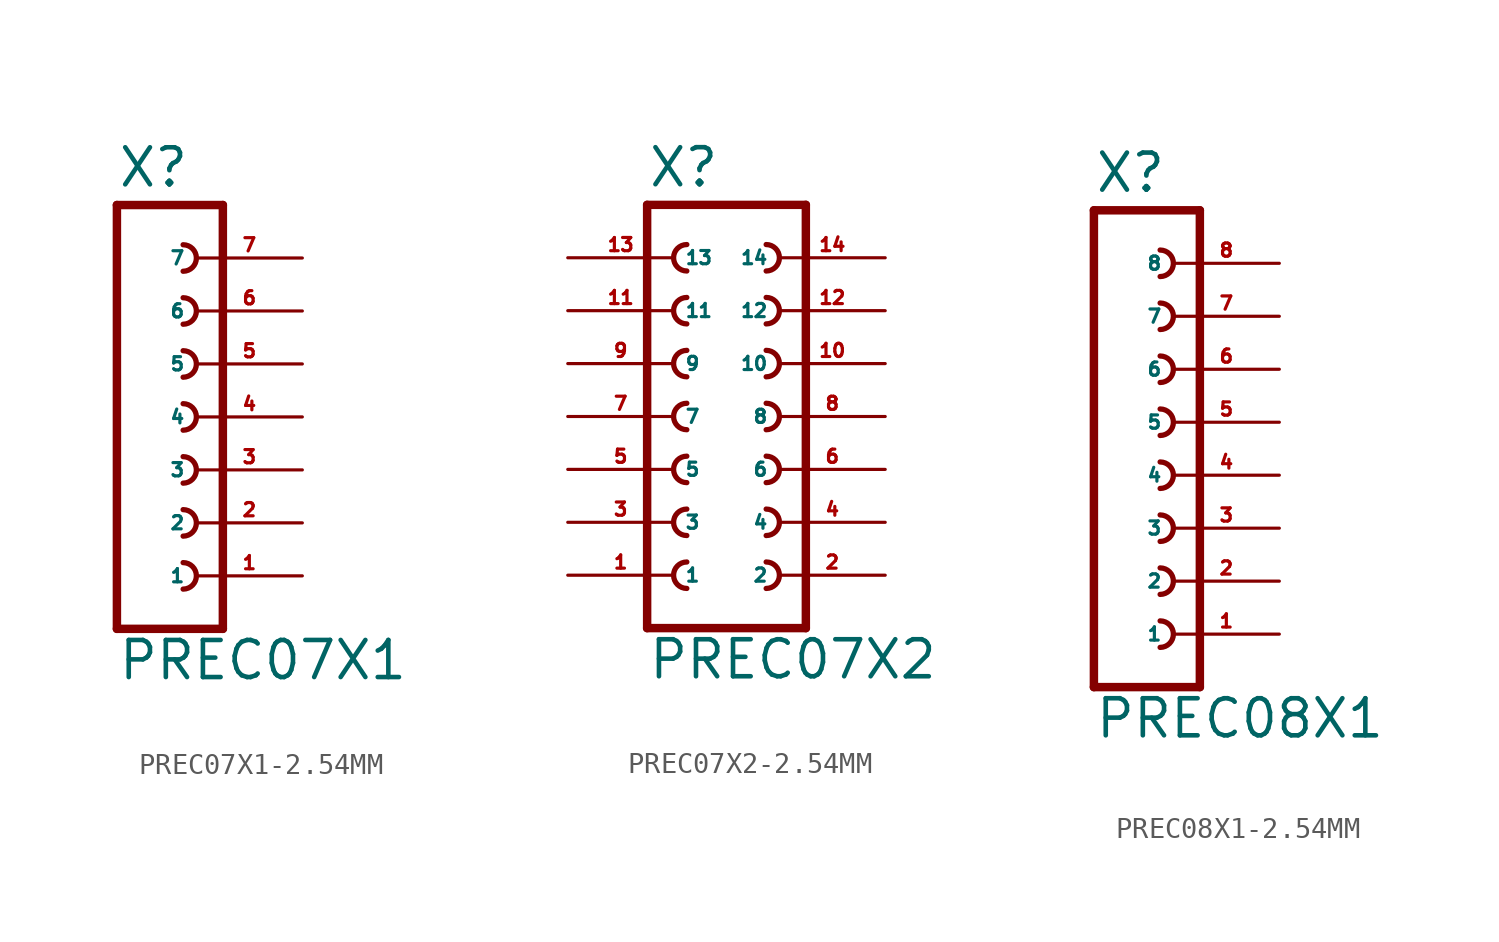
<source format=kicad_sym>
(kicad_symbol_lib
  (version 20220914)
  (generator Eagle2Kicad)
  (symbol "PREC07X1-2.54MM"
    (property "Reference" "X"
      (at -1.27 10.922 0)
      (effects (font (size 1.778 1.778) (thickness 0.22)) (justify left bottom)))
    (property "Value" "PREC07X1"
      (at -1.27 -12.7 0)
      (effects (font (size 1.778 1.778) (thickness 0.22)) (justify left bottom)))
    (polyline
      (pts (xy 3.81 -10.16) (xy -1.27 -10.16))
      (stroke (width 0.406) (type default))
      (fill (type none)))
    (arc
      (start 1.905 -3.175)
      (mid 2.540 -2.540)
      (end 1.905 -1.905)
      (stroke (width 0.254) (type default))
      (fill (type none)))
    (arc
      (start 1.905 -5.715)
      (mid 2.540 -5.080)
      (end 1.905 -4.445)
      (stroke (width 0.254) (type default))
      (fill (type none)))
    (arc
      (start 1.905 -8.255)
      (mid 2.540 -7.620)
      (end 1.905 -6.985)
      (stroke (width 0.254) (type default))
      (fill (type none)))
    (polyline
      (pts (xy -1.27 10.16) (xy -1.27 -10.16))
      (stroke (width 0.406) (type default))
      (fill (type none)))
    (polyline
      (pts (xy 3.81 -10.16) (xy 3.81 10.16))
      (stroke (width 0.406) (type default))
      (fill (type none)))
    (polyline
      (pts (xy -1.27 10.16) (xy 3.81 10.16))
      (stroke (width 0.406) (type default))
      (fill (type none)))
    (arc
      (start 1.905 1.905)
      (mid 2.540 2.540)
      (end 1.905 3.175)
      (stroke (width 0.254) (type default))
      (fill (type none)))
    (arc
      (start 1.905 -0.635)
      (mid 2.540 0.000)
      (end 1.905 0.635)
      (stroke (width 0.254) (type default))
      (fill (type none)))
    (arc
      (start 1.905 4.445)
      (mid 2.540 5.080)
      (end 1.905 5.715)
      (stroke (width 0.254) (type default))
      (fill (type none)))
    (arc
      (start 1.905 6.985)
      (mid 2.540 7.620)
      (end 1.905 8.255)
      (stroke (width 0.254) (type default))
      (fill (type none)))
    (pin passive line
      (at 7.62 -7.62 180)
      (length 5.08)
      (name "1" (effects (font (size 0.635 0.635) (thickness 0.08)) (justify left bottom)))
      (number "1" (effects (font (size 0.635 0.635) (thickness 0.08)) (justify left bottom))))
    (pin passive line
      (at 7.62 -5.08 180)
      (length 5.08)
      (name "2" (effects (font (size 0.635 0.635) (thickness 0.08)) (justify left bottom)))
      (number "2" (effects (font (size 0.635 0.635) (thickness 0.08)) (justify left bottom))))
    (pin passive line
      (at 7.62 -2.54 180)
      (length 5.08)
      (name "3" (effects (font (size 0.635 0.635) (thickness 0.08)) (justify left bottom)))
      (number "3" (effects (font (size 0.635 0.635) (thickness 0.08)) (justify left bottom))))
    (pin passive line
      (at 7.62 0 180)
      (length 5.08)
      (name "4" (effects (font (size 0.635 0.635) (thickness 0.08)) (justify left bottom)))
      (number "4" (effects (font (size 0.635 0.635) (thickness 0.08)) (justify left bottom))))
    (pin passive line
      (at 7.62 2.54 180)
      (length 5.08)
      (name "5" (effects (font (size 0.635 0.635) (thickness 0.08)) (justify left bottom)))
      (number "5" (effects (font (size 0.635 0.635) (thickness 0.08)) (justify left bottom))))
    (pin passive line
      (at 7.62 5.08 180)
      (length 5.08)
      (name "6" (effects (font (size 0.635 0.635) (thickness 0.08)) (justify left bottom)))
      (number "6" (effects (font (size 0.635 0.635) (thickness 0.08)) (justify left bottom))))
    (pin passive line
      (at 7.62 7.62 180)
      (length 5.08)
      (name "7" (effects (font (size 0.635 0.635) (thickness 0.08)) (justify left bottom)))
      (number "7" (effects (font (size 0.635 0.635) (thickness 0.08)) (justify left bottom)))))
  (symbol "PREC07X2-2.54MM"
    (property "Reference" "X"
      (at -3.81 10.922 0)
      (effects (font (size 1.778 1.778) (thickness 0.22)) (justify left bottom)))
    (property "Value" "PREC07X2"
      (at -3.81 -12.7 0)
      (effects (font (size 1.778 1.778) (thickness 0.22)) (justify left bottom)))
    (polyline
      (pts (xy 3.81 -10.16) (xy -3.81 -10.16))
      (stroke (width 0.406) (type default))
      (fill (type none)))
    (arc
      (start -1.905 -1.905)
      (mid -2.540 -2.540)
      (end -1.905 -3.175)
      (stroke (width 0.254) (type default))
      (fill (type none)))
    (arc
      (start -1.905 -4.445)
      (mid -2.540 -5.080)
      (end -1.905 -5.715)
      (stroke (width 0.254) (type default))
      (fill (type none)))
    (arc
      (start -1.905 -6.985)
      (mid -2.540 -7.620)
      (end -1.905 -8.255)
      (stroke (width 0.254) (type default))
      (fill (type none)))
    (arc
      (start 1.905 -3.175)
      (mid 2.540 -2.540)
      (end 1.905 -1.905)
      (stroke (width 0.254) (type default))
      (fill (type none)))
    (arc
      (start 1.905 -5.715)
      (mid 2.540 -5.080)
      (end 1.905 -4.445)
      (stroke (width 0.254) (type default))
      (fill (type none)))
    (arc
      (start 1.905 -8.255)
      (mid 2.540 -7.620)
      (end 1.905 -6.985)
      (stroke (width 0.254) (type default))
      (fill (type none)))
    (arc
      (start -1.905 3.175)
      (mid -2.540 2.540)
      (end -1.905 1.905)
      (stroke (width 0.254) (type default))
      (fill (type none)))
    (arc
      (start -1.905 0.635)
      (mid -2.540 0.000)
      (end -1.905 -0.635)
      (stroke (width 0.254) (type default))
      (fill (type none)))
    (arc
      (start 1.905 1.905)
      (mid 2.540 2.540)
      (end 1.905 3.175)
      (stroke (width 0.254) (type default))
      (fill (type none)))
    (arc
      (start 1.905 -0.635)
      (mid 2.540 0.000)
      (end 1.905 0.635)
      (stroke (width 0.254) (type default))
      (fill (type none)))
    (arc
      (start -1.905 8.255)
      (mid -2.540 7.620)
      (end -1.905 6.985)
      (stroke (width 0.254) (type default))
      (fill (type none)))
    (arc
      (start -1.905 5.715)
      (mid -2.540 5.080)
      (end -1.905 4.445)
      (stroke (width 0.254) (type default))
      (fill (type none)))
    (arc
      (start 1.905 6.985)
      (mid 2.540 7.620)
      (end 1.905 8.255)
      (stroke (width 0.254) (type default))
      (fill (type none)))
    (arc
      (start 1.905 4.445)
      (mid 2.540 5.080)
      (end 1.905 5.715)
      (stroke (width 0.254) (type default))
      (fill (type none)))
    (polyline
      (pts (xy -3.81 10.16) (xy -3.81 -10.16))
      (stroke (width 0.406) (type default))
      (fill (type none)))
    (polyline
      (pts (xy 3.81 -10.16) (xy 3.81 10.16))
      (stroke (width 0.406) (type default))
      (fill (type none)))
    (polyline
      (pts (xy -3.81 10.16) (xy 3.81 10.16))
      (stroke (width 0.406) (type default))
      (fill (type none)))
    (pin passive line
      (at -7.62 -7.62 0)
      (length 5.08)
      (name "1" (effects (font (size 0.635 0.635) (thickness 0.08)) (justify left bottom)))
      (number "1" (effects (font (size 0.635 0.635) (thickness 0.08)) (justify left bottom))))
    (pin passive line
      (at -7.62 -5.08 0)
      (length 5.08)
      (name "3" (effects (font (size 0.635 0.635) (thickness 0.08)) (justify left bottom)))
      (number "3" (effects (font (size 0.635 0.635) (thickness 0.08)) (justify left bottom))))
    (pin passive line
      (at -7.62 -2.54 0)
      (length 5.08)
      (name "5" (effects (font (size 0.635 0.635) (thickness 0.08)) (justify left bottom)))
      (number "5" (effects (font (size 0.635 0.635) (thickness 0.08)) (justify left bottom))))
    (pin passive line
      (at 7.62 -7.62 180)
      (length 5.08)
      (name "2" (effects (font (size 0.635 0.635) (thickness 0.08)) (justify left bottom)))
      (number "2" (effects (font (size 0.635 0.635) (thickness 0.08)) (justify left bottom))))
    (pin passive line
      (at 7.62 -5.08 180)
      (length 5.08)
      (name "4" (effects (font (size 0.635 0.635) (thickness 0.08)) (justify left bottom)))
      (number "4" (effects (font (size 0.635 0.635) (thickness 0.08)) (justify left bottom))))
    (pin passive line
      (at 7.62 -2.54 180)
      (length 5.08)
      (name "6" (effects (font (size 0.635 0.635) (thickness 0.08)) (justify left bottom)))
      (number "6" (effects (font (size 0.635 0.635) (thickness 0.08)) (justify left bottom))))
    (pin passive line
      (at -7.62 0 0)
      (length 5.08)
      (name "7" (effects (font (size 0.635 0.635) (thickness 0.08)) (justify left bottom)))
      (number "7" (effects (font (size 0.635 0.635) (thickness 0.08)) (justify left bottom))))
    (pin passive line
      (at -7.62 2.54 0)
      (length 5.08)
      (name "9" (effects (font (size 0.635 0.635) (thickness 0.08)) (justify left bottom)))
      (number "9" (effects (font (size 0.635 0.635) (thickness 0.08)) (justify left bottom))))
    (pin passive line
      (at 7.62 0 180)
      (length 5.08)
      (name "8" (effects (font (size 0.635 0.635) (thickness 0.08)) (justify left bottom)))
      (number "8" (effects (font (size 0.635 0.635) (thickness 0.08)) (justify left bottom))))
    (pin passive line
      (at 7.62 2.54 180)
      (length 5.08)
      (name "10" (effects (font (size 0.635 0.635) (thickness 0.08)) (justify left bottom)))
      (number "10" (effects (font (size 0.635 0.635) (thickness 0.08)) (justify left bottom))))
    (pin passive line
      (at -7.62 5.08 0)
      (length 5.08)
      (name "11" (effects (font (size 0.635 0.635) (thickness 0.08)) (justify left bottom)))
      (number "11" (effects (font (size 0.635 0.635) (thickness 0.08)) (justify left bottom))))
    (pin passive line
      (at -7.62 7.62 0)
      (length 5.08)
      (name "13" (effects (font (size 0.635 0.635) (thickness 0.08)) (justify left bottom)))
      (number "13" (effects (font (size 0.635 0.635) (thickness 0.08)) (justify left bottom))))
    (pin passive line
      (at 7.62 5.08 180)
      (length 5.08)
      (name "12" (effects (font (size 0.635 0.635) (thickness 0.08)) (justify left bottom)))
      (number "12" (effects (font (size 0.635 0.635) (thickness 0.08)) (justify left bottom))))
    (pin passive line
      (at 7.62 7.62 180)
      (length 5.08)
      (name "14" (effects (font (size 0.635 0.635) (thickness 0.08)) (justify left bottom)))
      (number "14" (effects (font (size 0.635 0.635) (thickness 0.08)) (justify left bottom)))))
  (symbol "PREC08X1-2.54MM"
    (property "Reference" "X"
      (at -1.27 13.462 0)
      (effects (font (size 1.778 1.778) (thickness 0.22)) (justify left bottom)))
    (property "Value" "PREC08X1"
      (at -1.27 -12.7 0)
      (effects (font (size 1.778 1.778) (thickness 0.22)) (justify left bottom)))
    (polyline
      (pts (xy 3.81 -10.16) (xy -1.27 -10.16))
      (stroke (width 0.406) (type default))
      (fill (type none)))
    (arc
      (start 1.905 -3.175)
      (mid 2.540 -2.540)
      (end 1.905 -1.905)
      (stroke (width 0.254) (type default))
      (fill (type none)))
    (arc
      (start 1.905 -5.715)
      (mid 2.540 -5.080)
      (end 1.905 -4.445)
      (stroke (width 0.254) (type default))
      (fill (type none)))
    (arc
      (start 1.905 -8.255)
      (mid 2.540 -7.620)
      (end 1.905 -6.985)
      (stroke (width 0.254) (type default))
      (fill (type none)))
    (arc
      (start 1.905 1.905)
      (mid 2.540 2.540)
      (end 1.905 3.175)
      (stroke (width 0.254) (type default))
      (fill (type none)))
    (arc
      (start 1.905 -0.635)
      (mid 2.540 0.000)
      (end 1.905 0.635)
      (stroke (width 0.254) (type default))
      (fill (type none)))
    (arc
      (start 1.905 9.525)
      (mid 2.540 10.160)
      (end 1.905 10.795)
      (stroke (width 0.254) (type default))
      (fill (type none)))
    (arc
      (start 1.905 6.985)
      (mid 2.540 7.620)
      (end 1.905 8.255)
      (stroke (width 0.254) (type default))
      (fill (type none)))
    (arc
      (start 1.905 4.445)
      (mid 2.540 5.080)
      (end 1.905 5.715)
      (stroke (width 0.254) (type default))
      (fill (type none)))
    (polyline
      (pts (xy -1.27 12.7) (xy -1.27 -10.16))
      (stroke (width 0.406) (type default))
      (fill (type none)))
    (polyline
      (pts (xy 3.81 -10.16) (xy 3.81 12.7))
      (stroke (width 0.406) (type default))
      (fill (type none)))
    (polyline
      (pts (xy -1.27 12.7) (xy 3.81 12.7))
      (stroke (width 0.406) (type default))
      (fill (type none)))
    (pin passive line
      (at 7.62 -7.62 180)
      (length 5.08)
      (name "1" (effects (font (size 0.635 0.635) (thickness 0.08)) (justify left bottom)))
      (number "1" (effects (font (size 0.635 0.635) (thickness 0.08)) (justify left bottom))))
    (pin passive line
      (at 7.62 -5.08 180)
      (length 5.08)
      (name "2" (effects (font (size 0.635 0.635) (thickness 0.08)) (justify left bottom)))
      (number "2" (effects (font (size 0.635 0.635) (thickness 0.08)) (justify left bottom))))
    (pin passive line
      (at 7.62 -2.54 180)
      (length 5.08)
      (name "3" (effects (font (size 0.635 0.635) (thickness 0.08)) (justify left bottom)))
      (number "3" (effects (font (size 0.635 0.635) (thickness 0.08)) (justify left bottom))))
    (pin passive line
      (at 7.62 0 180)
      (length 5.08)
      (name "4" (effects (font (size 0.635 0.635) (thickness 0.08)) (justify left bottom)))
      (number "4" (effects (font (size 0.635 0.635) (thickness 0.08)) (justify left bottom))))
    (pin passive line
      (at 7.62 2.54 180)
      (length 5.08)
      (name "5" (effects (font (size 0.635 0.635) (thickness 0.08)) (justify left bottom)))
      (number "5" (effects (font (size 0.635 0.635) (thickness 0.08)) (justify left bottom))))
    (pin passive line
      (at 7.62 5.08 180)
      (length 5.08)
      (name "6" (effects (font (size 0.635 0.635) (thickness 0.08)) (justify left bottom)))
      (number "6" (effects (font (size 0.635 0.635) (thickness 0.08)) (justify left bottom))))
    (pin passive line
      (at 7.62 7.62 180)
      (length 5.08)
      (name "7" (effects (font (size 0.635 0.635) (thickness 0.08)) (justify left bottom)))
      (number "7" (effects (font (size 0.635 0.635) (thickness 0.08)) (justify left bottom))))
    (pin passive line
      (at 7.62 10.16 180)
      (length 5.08)
      (name "8" (effects (font (size 0.635 0.635) (thickness 0.08)) (justify left bottom)))
      (number "8" (effects (font (size 0.635 0.635) (thickness 0.08)) (justify left bottom))))))
</source>
